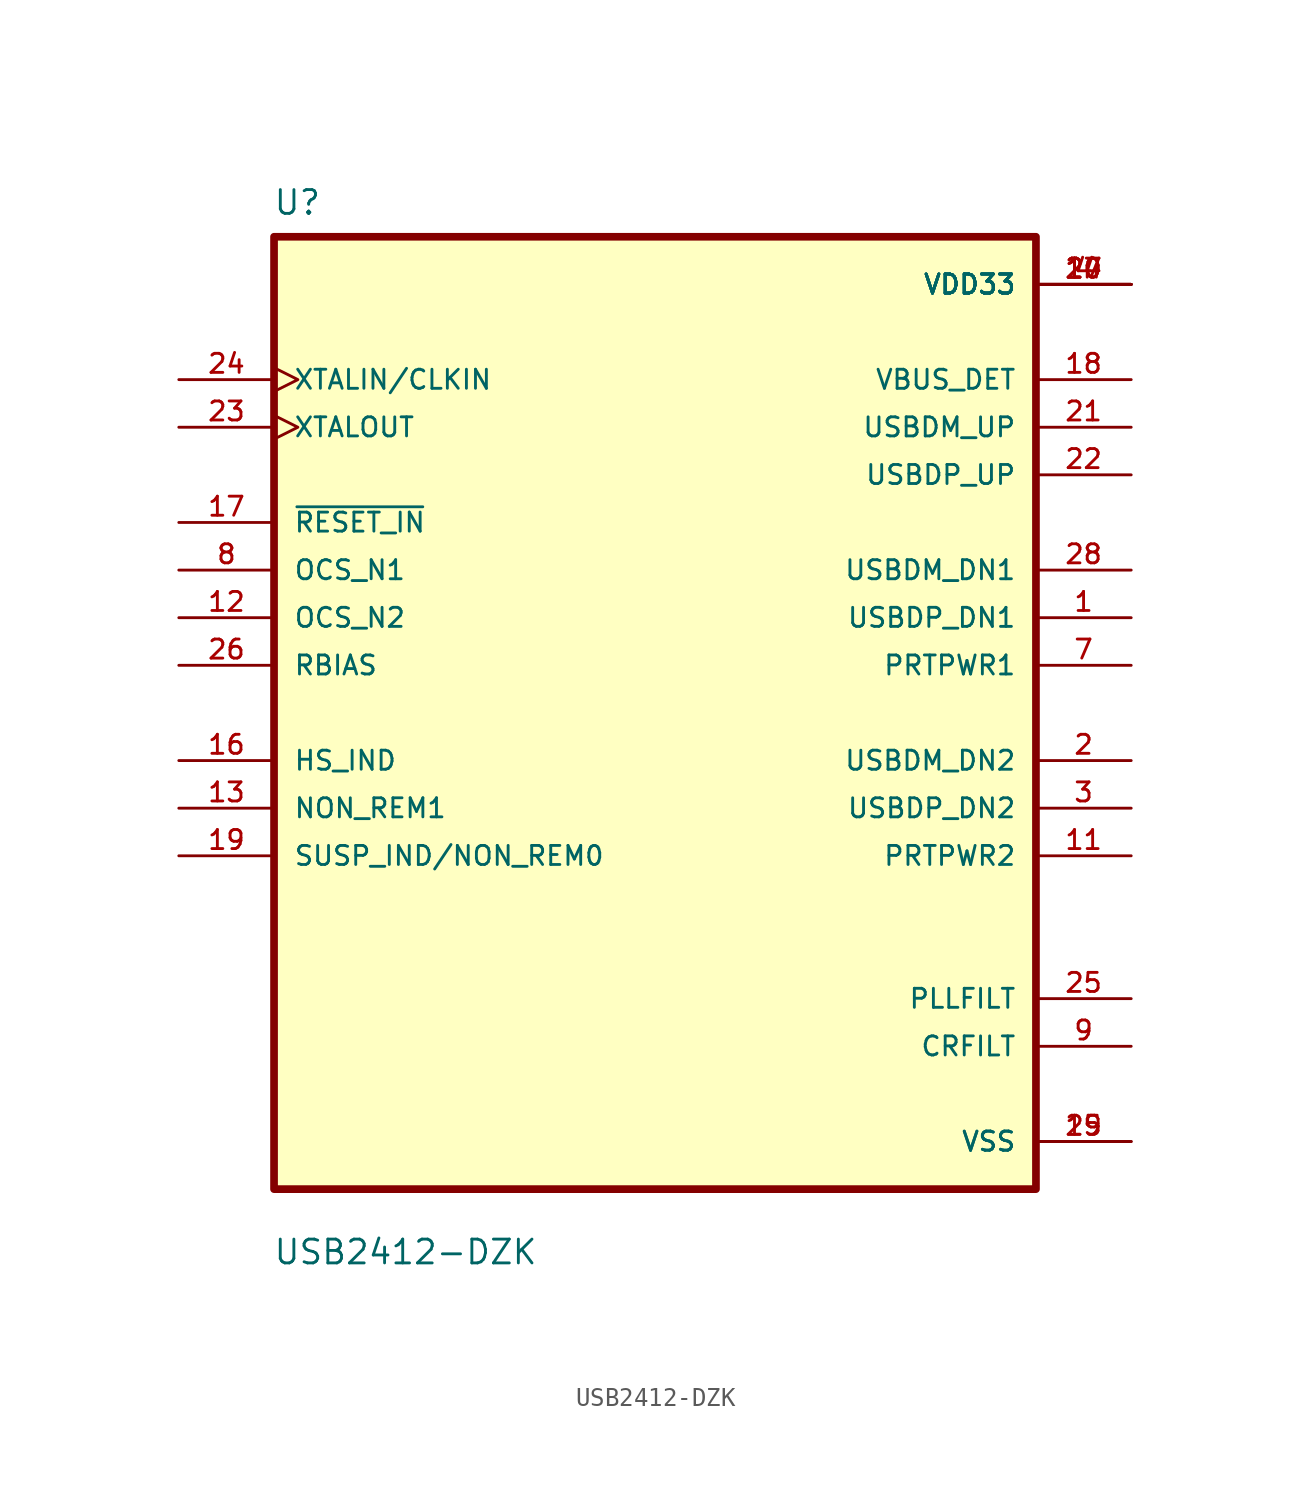
<source format=kicad_sym>
(kicad_symbol_lib
  (version 20211014)
  (generator kicad_symbol_editor)
  (symbol "USB2412-DZK"
    (pin_names
      (offset 1.016))
    (property "Reference" "U"
      (at -20.388 26.483 0.0)
      (effects (font (size 1.27 1.27)) (justify bottom left)))
    (property "Value" "USB2412-DZK"
      (at -20.391 -29.498 0.0)
      (effects (font (size 1.27 1.27)) (justify bottom left)))
    (symbol "USB2412-DZK_0_0"
      (rectangle (start -20.32 -25.4) (end 20.32 25.4) (stroke (width 0.41)) (fill (type background)))
      (pin input line (at -25.4 7.62 0) (length 5.08) (name "OCS_N1" (effects (font (size 1.016 1.016)))) (number "8" (effects (font (size 1.016 1.016)))))
      (pin input line (at -25.4 5.08 0) (length 5.08) (name "OCS_N2" (effects (font (size 1.016 1.016)))) (number "12" (effects (font (size 1.016 1.016)))))
      (pin input line (at -25.4 2.54 0) (length 5.08) (name "RBIAS" (effects (font (size 1.016 1.016)))) (number "26" (effects (font (size 1.016 1.016)))))
      (pin input line (at -25.4 10.16 0) (length 5.08) (name "~{RESET_IN}" (effects (font (size 1.016 1.016)))) (number "17" (effects (font (size 1.016 1.016)))))
      (pin input clock (at -25.4 17.78 0) (length 5.08) (name "XTALIN/CLKIN" (effects (font (size 1.016 1.016)))) (number "24" (effects (font (size 1.016 1.016)))))
      (pin output clock (at -25.4 15.24 0) (length 5.08) (name "XTALOUT" (effects (font (size 1.016 1.016)))) (number "23" (effects (font (size 1.016 1.016)))))
      (pin bidirectional line (at -25.4 -2.54 0) (length 5.08) (name "HS_IND" (effects (font (size 1.016 1.016)))) (number "16" (effects (font (size 1.016 1.016)))))
      (pin bidirectional line (at -25.4 -5.08 0) (length 5.08) (name "NON_REM1" (effects (font (size 1.016 1.016)))) (number "13" (effects (font (size 1.016 1.016)))))
      (pin bidirectional line (at 25.4 2.54 180.0) (length 5.08) (name "PRTPWR1" (effects (font (size 1.016 1.016)))) (number "7" (effects (font (size 1.016 1.016)))))
      (pin bidirectional line (at 25.4 -7.62 180.0) (length 5.08) (name "PRTPWR2" (effects (font (size 1.016 1.016)))) (number "11" (effects (font (size 1.016 1.016)))))
      (pin bidirectional line (at -25.4 -7.62 0) (length 5.08) (name "SUSP_IND/NON_REM0" (effects (font (size 1.016 1.016)))) (number "19" (effects (font (size 1.016 1.016)))))
      (pin bidirectional line (at 25.4 7.62 180.0) (length 5.08) (name "USBDM_DN1" (effects (font (size 1.016 1.016)))) (number "28" (effects (font (size 1.016 1.016)))))
      (pin passive line (at 25.4 -17.78 180.0) (length 5.08) (name "CRFILT" (effects (font (size 1.016 1.016)))) (number "9" (effects (font (size 1.016 1.016)))))
      (pin passive line (at 25.4 -15.24 180.0) (length 5.08) (name "PLLFILT" (effects (font (size 1.016 1.016)))) (number "25" (effects (font (size 1.016 1.016)))))
      (pin power_in line (at 25.4 22.86 180.0) (length 5.08) (name "VDD33" (effects (font (size 1.016 1.016)))) (number "4" (effects (font (size 1.016 1.016)))))
      (pin power_in line (at 25.4 22.86 180.0) (length 5.08) (name "VDD33" (effects (font (size 1.016 1.016)))) (number "10" (effects (font (size 1.016 1.016)))))
      (pin power_in line (at 25.4 22.86 180.0) (length 5.08) (name "VDD33" (effects (font (size 1.016 1.016)))) (number "14" (effects (font (size 1.016 1.016)))))
      (pin power_in line (at 25.4 22.86 180.0) (length 5.08) (name "VDD33" (effects (font (size 1.016 1.016)))) (number "20" (effects (font (size 1.016 1.016)))))
      (pin power_in line (at 25.4 22.86 180.0) (length 5.08) (name "VDD33" (effects (font (size 1.016 1.016)))) (number "27" (effects (font (size 1.016 1.016)))))
      (pin power_in line (at 25.4 -22.86 180.0) (length 5.08) (name "VSS" (effects (font (size 1.016 1.016)))) (number "15" (effects (font (size 1.016 1.016)))))
      (pin power_in line (at 25.4 -22.86 180.0) (length 5.08) (name "VSS" (effects (font (size 1.016 1.016)))) (number "29" (effects (font (size 1.016 1.016)))))
      (pin bidirectional line (at 25.4 -2.54 180.0) (length 5.08) (name "USBDM_DN2" (effects (font (size 1.016 1.016)))) (number "2" (effects (font (size 1.016 1.016)))))
      (pin bidirectional line (at 25.4 15.24 180.0) (length 5.08) (name "USBDM_UP" (effects (font (size 1.016 1.016)))) (number "21" (effects (font (size 1.016 1.016)))))
      (pin bidirectional line (at 25.4 5.08 180.0) (length 5.08) (name "USBDP_DN1" (effects (font (size 1.016 1.016)))) (number "1" (effects (font (size 1.016 1.016)))))
      (pin bidirectional line (at 25.4 -5.08 180.0) (length 5.08) (name "USBDP_DN2" (effects (font (size 1.016 1.016)))) (number "3" (effects (font (size 1.016 1.016)))))
      (pin bidirectional line (at 25.4 12.7 180.0) (length 5.08) (name "USBDP_UP" (effects (font (size 1.016 1.016)))) (number "22" (effects (font (size 1.016 1.016)))))
      (pin bidirectional line (at 25.4 17.78 180.0) (length 5.08) (name "VBUS_DET" (effects (font (size 1.016 1.016)))) (number "18" (effects (font (size 1.016 1.016))))))))
</source>
